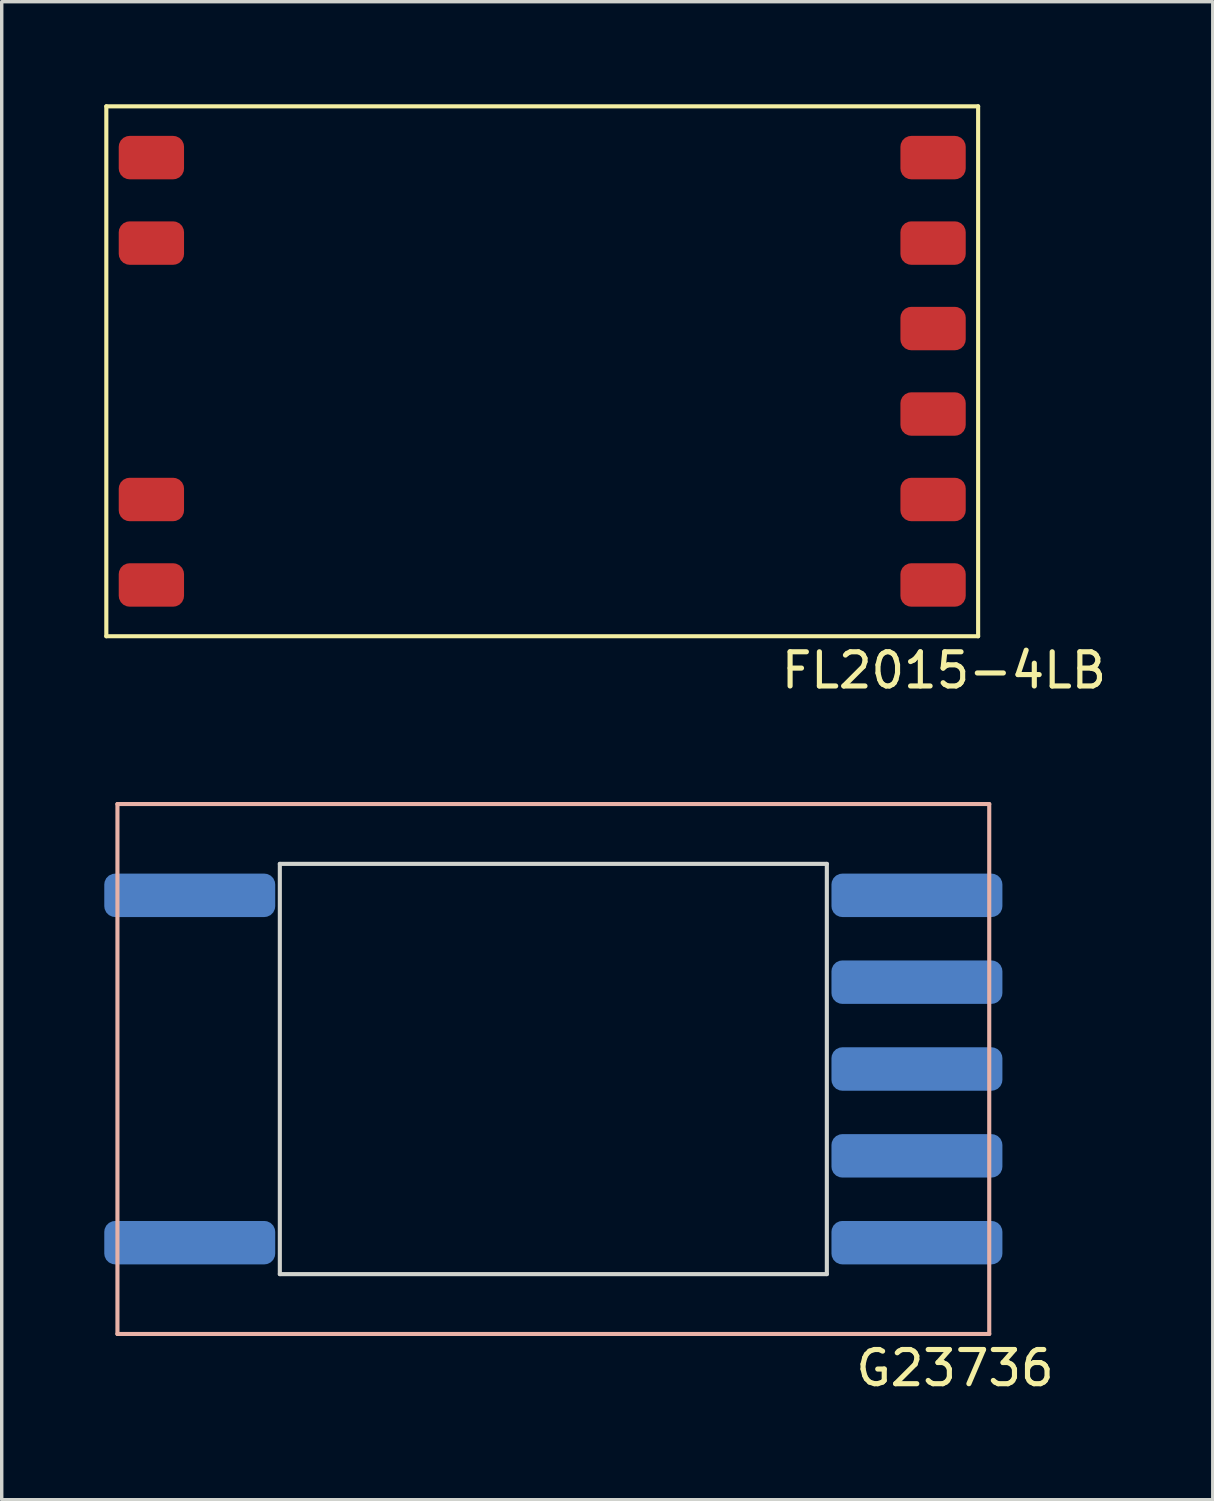
<source format=kicad_pcb>
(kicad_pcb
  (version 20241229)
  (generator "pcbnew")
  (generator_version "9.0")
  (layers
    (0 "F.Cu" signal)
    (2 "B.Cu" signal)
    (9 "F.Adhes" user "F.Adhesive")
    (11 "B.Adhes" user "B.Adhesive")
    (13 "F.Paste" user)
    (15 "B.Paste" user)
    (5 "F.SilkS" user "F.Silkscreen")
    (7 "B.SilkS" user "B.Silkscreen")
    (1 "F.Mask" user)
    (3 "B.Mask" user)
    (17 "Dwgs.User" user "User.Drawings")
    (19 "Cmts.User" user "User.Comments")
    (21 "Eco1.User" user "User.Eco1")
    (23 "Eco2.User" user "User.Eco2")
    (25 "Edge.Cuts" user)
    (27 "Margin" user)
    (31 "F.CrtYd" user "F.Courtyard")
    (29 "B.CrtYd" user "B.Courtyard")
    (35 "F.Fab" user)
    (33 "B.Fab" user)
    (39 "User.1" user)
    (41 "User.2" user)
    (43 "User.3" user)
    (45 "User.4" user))
  (footprint "FL2015-4LB"
    (layer "F.Cu")
    (at 12.81 7.81)
    (property "Reference" "FL2015-4LB" (at 11.75 8.75 0) (layer "F.SilkS") (effects (font (size 1 1) (thickness 0.15))))
    (attr through_hole)
    (fp_line (start -12.75 7.75) (end -12.75 -7.75) (stroke (width 0.12) (type solid)) (layer "F.SilkS"))
    (fp_line (start -12.75 7.75) (end 12.75 7.75) (stroke (width 0.12) (type solid)) (layer "F.SilkS"))
    (fp_line (start 12.75 -7.75) (end -12.75 -7.75) (stroke (width 0.12) (type solid)) (layer "F.SilkS"))
    (fp_line (start 12.75 -7.75) (end 12.75 7.75) (stroke (width 0.12) (type solid)) (layer "F.SilkS"))
    (pad "1" smd roundrect (at 11.432 6.25) (size 1.91 1.27) (layers "F.Cu" "F.Mask" "F.Paste") (roundrect_rratio 0.25))
    (pad "2" smd roundrect (at 11.432 3.75) (size 1.91 1.27) (layers "F.Cu" "F.Mask" "F.Paste") (roundrect_rratio 0.25))
    (pad "3" smd roundrect (at 11.432 1.25) (size 1.91 1.27) (layers "F.Cu" "F.Mask" "F.Paste") (roundrect_rratio 0.25))
    (pad "4" smd roundrect (at 11.432 -1.25) (size 1.91 1.27) (layers "F.Cu" "F.Mask" "F.Paste") (roundrect_rratio 0.25))
    (pad "5" smd roundrect (at 11.432 -3.75) (size 1.91 1.27) (layers "F.Cu" "F.Mask" "F.Paste") (roundrect_rratio 0.25))
    (pad "6" smd roundrect (at 11.432 -6.25) (size 1.91 1.27) (layers "F.Cu" "F.Mask" "F.Paste") (roundrect_rratio 0.25))
    (pad "7" smd roundrect (at -11.432 -6.25) (size 1.91 1.27) (layers "F.Cu" "F.Mask" "F.Paste") (roundrect_rratio 0.25))
    (pad "8" smd roundrect (at -11.432 -3.75) (size 1.91 1.27) (layers "F.Cu" "F.Mask" "F.Paste") (roundrect_rratio 0.25))
    (pad "9" smd roundrect (at -11.432 3.75) (size 1.91 1.27) (layers "F.Cu" "F.Mask" "F.Paste") (roundrect_rratio 0.25))
    (pad "10" smd roundrect (at -11.432 6.25) (size 1.91 1.27) (layers "F.Cu" "F.Mask" "F.Paste") (roundrect_rratio 0.25)))
  (footprint "G23736"
    (layer "F.Cu")
    (at 13.135 28.218)
    (property "Reference" "G23736" (at 11.75 8.75 0) (layer "F.SilkS") (effects (font (size 1 1) (thickness 0.15))))
    (attr through_hole)
    (fp_line (start -12.75 7.75) (end -12.75 -7.75) (stroke (width 0.12) (type solid)) (layer "B.SilkS"))
    (fp_line (start -12.75 7.75) (end 12.75 7.75) (stroke (width 0.12) (type solid)) (layer "B.SilkS"))
    (fp_line (start 12.75 -7.75) (end -12.75 -7.75) (stroke (width 0.12) (type solid)) (layer "B.SilkS"))
    (fp_line (start 12.75 -7.75) (end 12.75 7.75) (stroke (width 0.12) (type solid)) (layer "B.SilkS"))
    (fp_line (start -8 -6) (end -8 6) (stroke (width 0.12) (type solid)) (layer "Edge.Cuts"))
    (fp_line (start -8 6) (end 8 6) (stroke (width 0.12) (type solid)) (layer "Edge.Cuts"))
    (fp_line (start 8 -6) (end -8 -6) (stroke (width 0.12) (type solid)) (layer "Edge.Cuts"))
    (fp_line (start 8 6) (end 8 -6) (stroke (width 0.12) (type solid)) (layer "Edge.Cuts"))
    (pad "1" smd roundrect (at 10.635 2.54) (size 5 1.27) (layers "B.Cu" "B.Mask" "B.Paste") (roundrect_rratio 0.25))
    (pad "2" smd roundrect (at 10.635 -5.08) (size 5 1.27) (layers "B.Cu" "B.Mask" "B.Paste") (roundrect_rratio 0.25))
    (pad "3" smd roundrect (at 10.635 0) (size 5 1.27) (layers "B.Cu" "B.Mask" "B.Paste") (roundrect_rratio 0.25))
    (pad "4" smd roundrect (at 10.635 5.08) (size 5 1.27) (layers "B.Cu" "B.Mask" "B.Paste") (roundrect_rratio 0.25))
    (pad "5" smd roundrect (at 10.635 -2.54) (size 5 1.27) (layers "B.Cu" "B.Mask" "B.Paste") (roundrect_rratio 0.25))
    (pad "8" smd roundrect (at -10.635 -5.08) (size 5 1.27) (layers "B.Cu" "B.Mask" "B.Paste") (roundrect_rratio 0.25))
    (pad "9" smd roundrect (at -10.635 5.08) (size 5 1.27) (layers "B.Cu" "B.Mask" "B.Paste") (roundrect_rratio 0.25)))
  (gr_rect
    (start -3 -3)
    (end 32.423 40.816)
    (stroke (width 0.1) (type default))
    (fill no)
    (layer "Edge.Cuts")))
</source>
